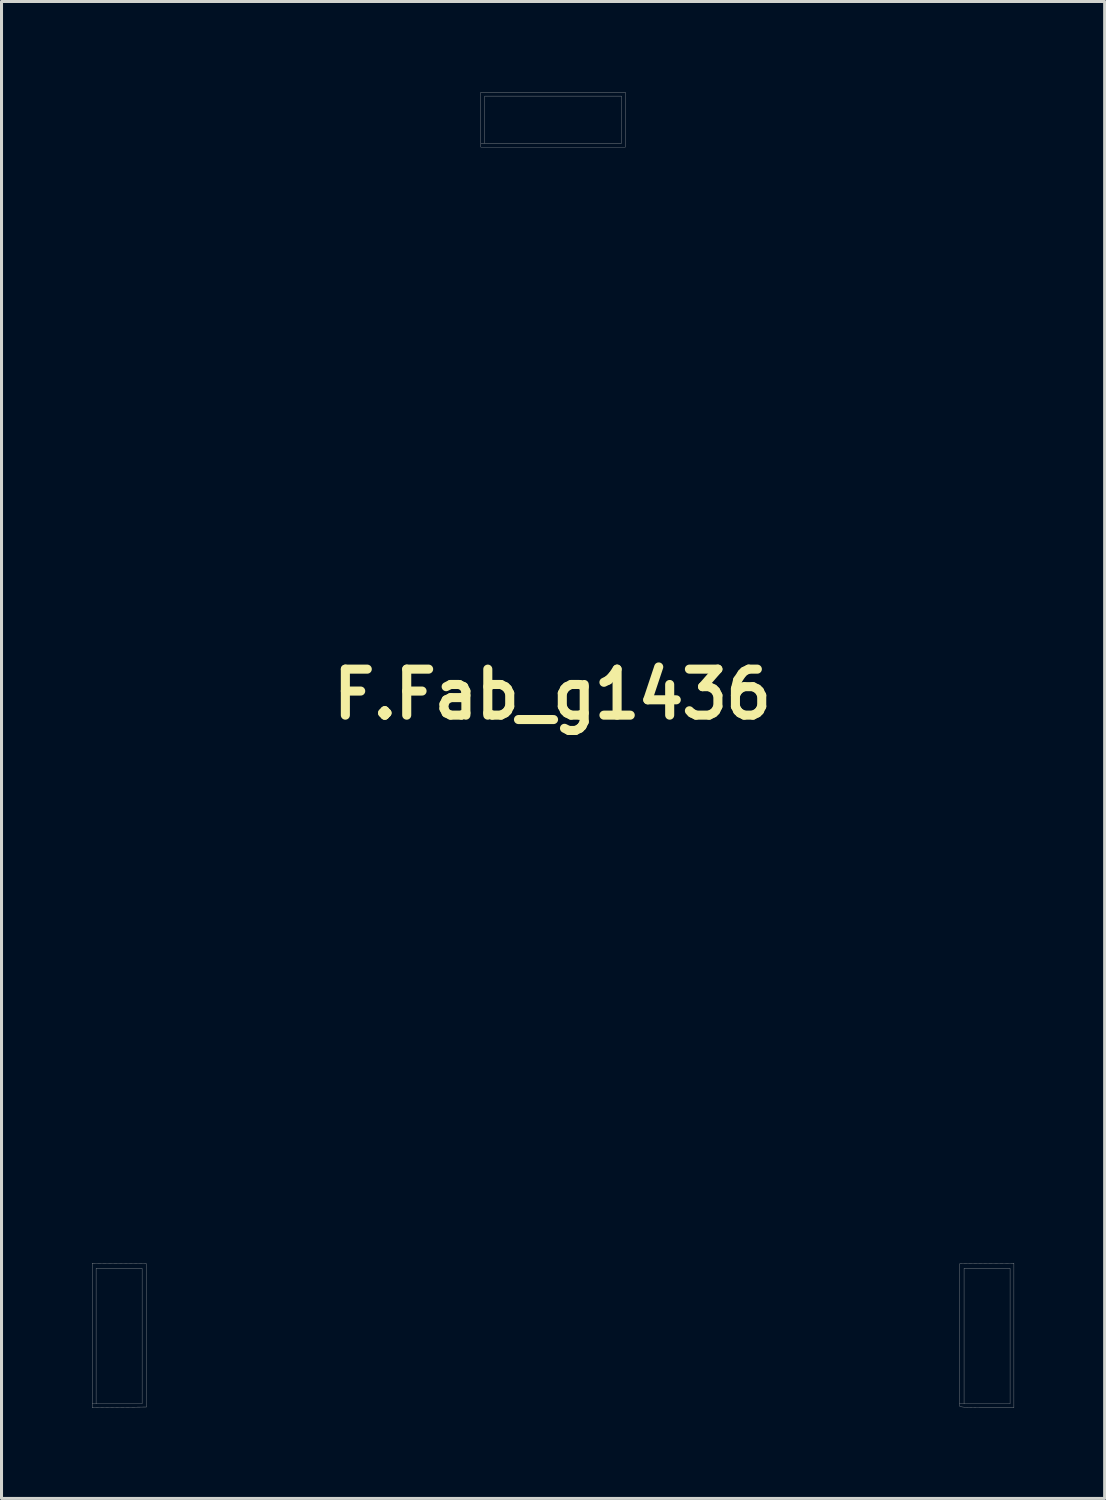
<source format=kicad_pcb>
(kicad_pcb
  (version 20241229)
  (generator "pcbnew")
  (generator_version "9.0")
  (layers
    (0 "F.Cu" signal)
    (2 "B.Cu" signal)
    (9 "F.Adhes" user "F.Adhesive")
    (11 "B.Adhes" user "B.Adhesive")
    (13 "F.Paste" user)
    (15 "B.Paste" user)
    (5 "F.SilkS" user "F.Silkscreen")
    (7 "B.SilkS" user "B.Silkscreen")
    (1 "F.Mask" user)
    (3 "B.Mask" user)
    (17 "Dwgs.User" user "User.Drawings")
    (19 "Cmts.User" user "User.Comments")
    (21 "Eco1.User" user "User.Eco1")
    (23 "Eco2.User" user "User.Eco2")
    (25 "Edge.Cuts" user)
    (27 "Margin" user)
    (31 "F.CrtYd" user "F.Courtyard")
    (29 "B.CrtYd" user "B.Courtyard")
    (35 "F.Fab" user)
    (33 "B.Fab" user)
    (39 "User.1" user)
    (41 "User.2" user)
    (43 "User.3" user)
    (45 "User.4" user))
  (footprint "F.Fab_g1436"
    (layer "F.Cu")
    (at 15.245 19.944)
    (property "Reference" "F.Fab_g1436" (at 0 0 0) (layer "F.SilkS") (effects (font (size 1.524 1.524) (thickness 0.3))))
    (attr through_hole)
    (fp_poly (pts (xy 2.413 -18.119) (xy -2.371 -18.119) (xy -2.371 -19.812) (xy -2.244 -19.812) (xy -2.244 -18.246) (xy 2.286 -18.246) (xy 2.286 -19.812) (xy -2.244 -19.812) (xy -2.371 -19.812) (xy -2.371 -19.939) (xy 2.413 -19.939) (xy 2.413 -18.119)) (stroke (width 0.01) (type solid)) (fill no) (layer "F.Fab"))
    (fp_poly (pts (xy -14.34 18.848) (xy -13.441 18.86) (xy -13.441 23.601) (xy -14.34 23.612) (xy -15.24 23.624) (xy -15.24 19.008) (xy -15.113 19.008) (xy -15.113 23.495) (xy -13.589 23.495) (xy -13.589 19.008) (xy -15.113 19.008) (xy -15.24 19.008) (xy -15.24 18.837) (xy -14.34 18.848)) (stroke (width 0.01) (type solid)) (fill no) (layer "F.Fab"))
    (fp_poly (pts (xy 15.282 23.622) (xy 14.392 23.622) (xy 14.076 23.621) (xy 13.836 23.617) (xy 13.665 23.609) (xy 13.554 23.598) (xy 13.495 23.582) (xy 13.481 23.569) (xy 13.478 23.518) (xy 13.475 23.39) (xy 13.472 23.193) (xy 13.471 22.935) (xy 13.47 22.624) (xy 13.469 22.268) (xy 13.47 21.874) (xy 13.471 21.451) (xy 13.472 21.188) (xy 13.482 19.008) (xy 13.631 19.008) (xy 13.631 23.495) (xy 15.155 23.495) (xy 15.155 19.008) (xy 13.631 19.008) (xy 13.482 19.008) (xy 13.483 18.86) (xy 14.383 18.848) (xy 15.282 18.837) (xy 15.282 23.622)) (stroke (width 0.01) (type solid)) (fill no) (layer "F.Fab")))
  (gr_rect
    (start -3 -3)
    (end 33.532 46.573)
    (stroke (width 0.1) (type default))
    (fill no)
    (layer "Edge.Cuts")))
</source>
